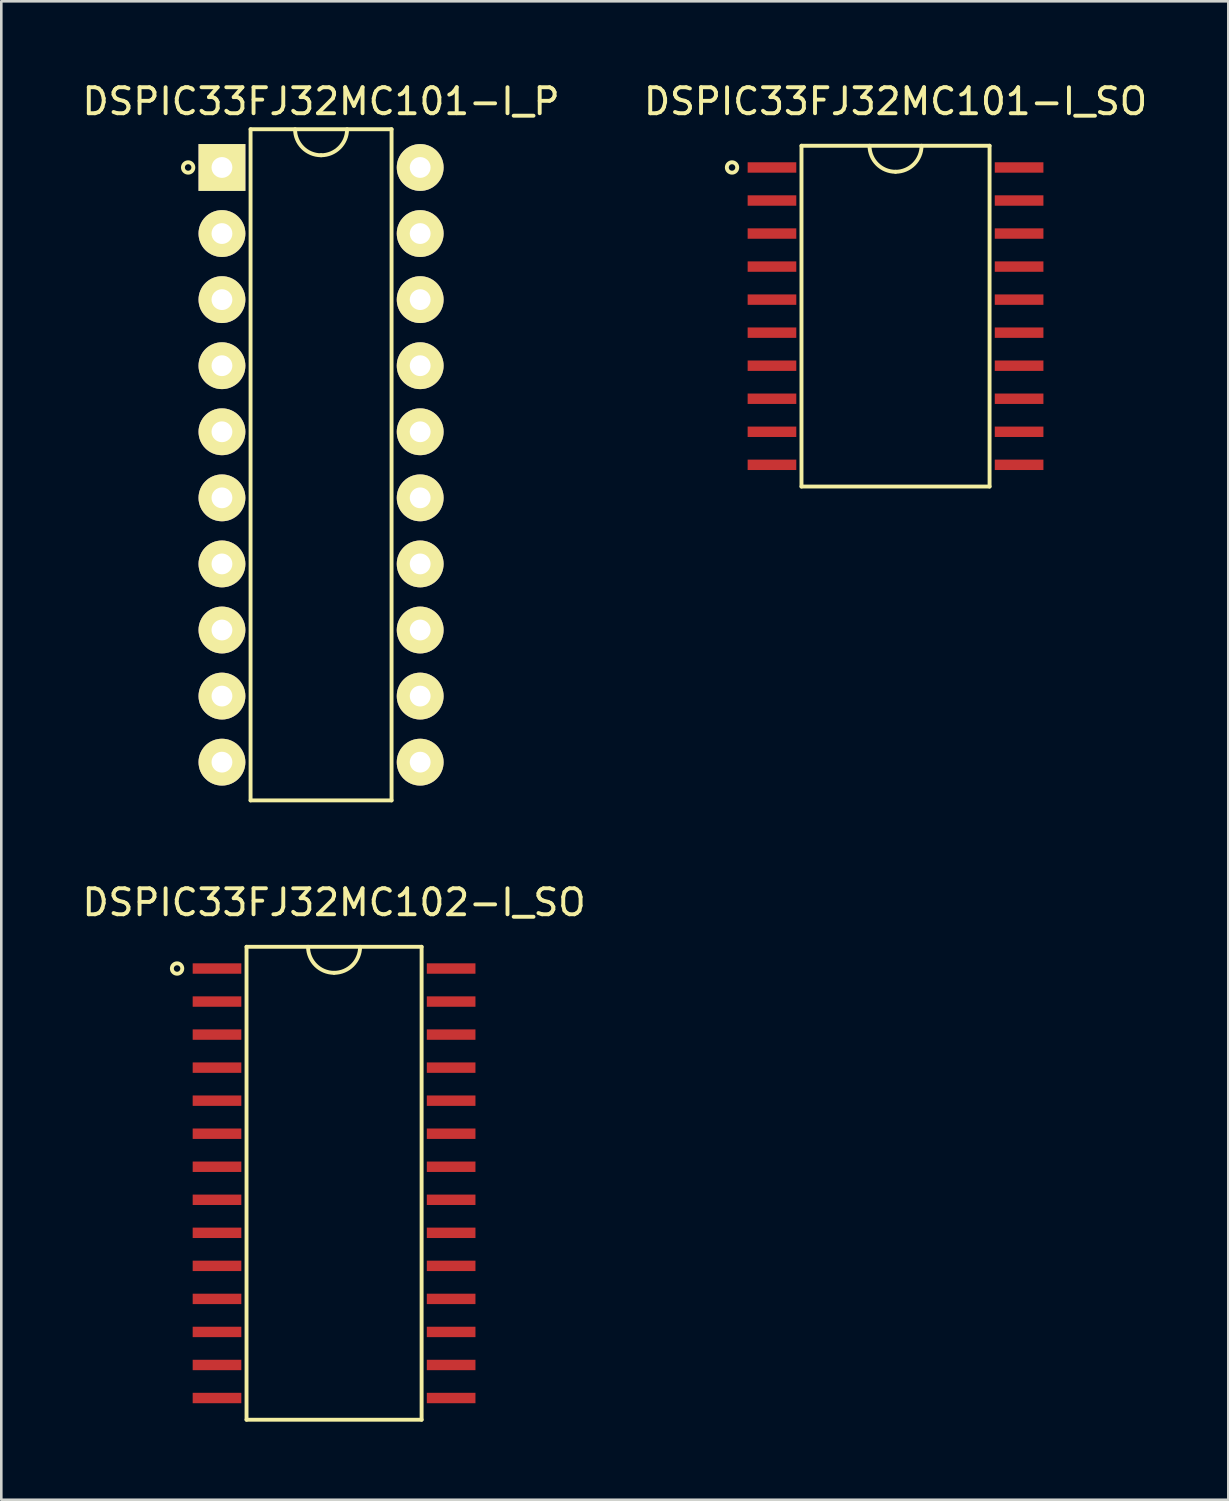
<source format=kicad_pcb>
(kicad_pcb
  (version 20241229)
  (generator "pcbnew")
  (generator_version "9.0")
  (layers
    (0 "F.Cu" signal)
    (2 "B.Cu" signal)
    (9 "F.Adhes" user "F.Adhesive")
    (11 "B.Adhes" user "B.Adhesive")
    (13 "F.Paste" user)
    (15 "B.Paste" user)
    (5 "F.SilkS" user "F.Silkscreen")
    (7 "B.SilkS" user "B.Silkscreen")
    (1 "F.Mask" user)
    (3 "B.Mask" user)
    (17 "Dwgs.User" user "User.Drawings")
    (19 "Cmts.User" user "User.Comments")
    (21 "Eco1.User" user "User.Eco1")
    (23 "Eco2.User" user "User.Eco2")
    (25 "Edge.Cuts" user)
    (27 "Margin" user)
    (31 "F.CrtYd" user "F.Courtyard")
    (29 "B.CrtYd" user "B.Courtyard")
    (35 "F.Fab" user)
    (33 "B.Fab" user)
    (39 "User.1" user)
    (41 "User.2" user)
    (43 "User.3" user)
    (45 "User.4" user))
  (footprint "DSPIC33FJ32MC102-I_SO"
    (layer "F.Cu")
    (at 5.292 34.181)
    (property "Reference" "DSPIC33FJ32MC102-I_SO" (at 4.5 -2.54 0) (layer "F.SilkS") (effects (font (size 1 1) (thickness 0.15))))
    (attr through_hole)
    (fp_line (start 1.135 -0.835) (end 7.865 -0.835) (stroke (width 0.15) (type solid)) (layer "F.SilkS"))
    (fp_line (start 1.135 17.345) (end 1.135 -0.835) (stroke (width 0.15) (type solid)) (layer "F.SilkS"))
    (fp_line (start 7.865 -0.835) (end 7.865 17.345) (stroke (width 0.15) (type solid)) (layer "F.SilkS"))
    (fp_line (start 7.865 17.345) (end 1.135 17.345) (stroke (width 0.15) (type solid)) (layer "F.SilkS"))
    (fp_arc (start 4.5 0.165) (mid 3.792893 -0.127893) (end 3.5 -0.835) (stroke (width 0.15) (type solid)) (layer "F.SilkS"))
    (fp_arc (start 5.5 -0.835) (mid 5.207107 -0.127893) (end 4.5 0.165) (stroke (width 0.15) (type solid)) (layer "F.SilkS"))
    (fp_circle (center -1.535 0) (end -1.535 0.2) (stroke (width 0.15) (type solid)) (fill no) (layer "F.SilkS"))
    (pad "1" smd rect (at 0 0) (size 1.87 0.4) (layers "F.Cu" "F.Mask" "F.Paste"))
    (pad "2" smd rect (at 0 1.27) (size 1.87 0.4) (layers "F.Cu" "F.Mask" "F.Paste"))
    (pad "3" smd rect (at 0 2.54) (size 1.87 0.4) (layers "F.Cu" "F.Mask" "F.Paste"))
    (pad "4" smd rect (at 0 3.81) (size 1.87 0.4) (layers "F.Cu" "F.Mask" "F.Paste"))
    (pad "5" smd rect (at 0 5.08) (size 1.87 0.4) (layers "F.Cu" "F.Mask" "F.Paste"))
    (pad "6" smd rect (at 0 6.35) (size 1.87 0.4) (layers "F.Cu" "F.Mask" "F.Paste"))
    (pad "7" smd rect (at 0 7.62) (size 1.87 0.4) (layers "F.Cu" "F.Mask" "F.Paste"))
    (pad "8" smd rect (at 0 8.89) (size 1.87 0.4) (layers "F.Cu" "F.Mask" "F.Paste"))
    (pad "9" smd rect (at 0 10.16) (size 1.87 0.4) (layers "F.Cu" "F.Mask" "F.Paste"))
    (pad "10" smd rect (at 0 11.43) (size 1.87 0.4) (layers "F.Cu" "F.Mask" "F.Paste"))
    (pad "11" smd rect (at 0 12.7) (size 1.87 0.4) (layers "F.Cu" "F.Mask" "F.Paste"))
    (pad "12" smd rect (at 0 13.97) (size 1.87 0.4) (layers "F.Cu" "F.Mask" "F.Paste"))
    (pad "13" smd rect (at 0 15.24) (size 1.87 0.4) (layers "F.Cu" "F.Mask" "F.Paste"))
    (pad "14" smd rect (at 0 16.51) (size 1.87 0.4) (layers "F.Cu" "F.Mask" "F.Paste"))
    (pad "15" smd rect (at 9 16.51) (size 1.87 0.4) (layers "F.Cu" "F.Mask" "F.Paste"))
    (pad "16" smd rect (at 9 15.24) (size 1.87 0.4) (layers "F.Cu" "F.Mask" "F.Paste"))
    (pad "17" smd rect (at 9 13.97) (size 1.87 0.4) (layers "F.Cu" "F.Mask" "F.Paste"))
    (pad "18" smd rect (at 9 12.7) (size 1.87 0.4) (layers "F.Cu" "F.Mask" "F.Paste"))
    (pad "19" smd rect (at 9 11.43) (size 1.87 0.4) (layers "F.Cu" "F.Mask" "F.Paste"))
    (pad "20" smd rect (at 9 10.16) (size 1.87 0.4) (layers "F.Cu" "F.Mask" "F.Paste"))
    (pad "21" smd rect (at 9 8.89) (size 1.87 0.4) (layers "F.Cu" "F.Mask" "F.Paste"))
    (pad "22" smd rect (at 9 7.62) (size 1.87 0.4) (layers "F.Cu" "F.Mask" "F.Paste"))
    (pad "23" smd rect (at 9 6.35) (size 1.87 0.4) (layers "F.Cu" "F.Mask" "F.Paste"))
    (pad "24" smd rect (at 9 5.08) (size 1.87 0.4) (layers "F.Cu" "F.Mask" "F.Paste"))
    (pad "25" smd rect (at 9 3.81) (size 1.87 0.4) (layers "F.Cu" "F.Mask" "F.Paste"))
    (pad "26" smd rect (at 9 2.54) (size 1.87 0.4) (layers "F.Cu" "F.Mask" "F.Paste"))
    (pad "27" smd rect (at 9 1.27) (size 1.87 0.4) (layers "F.Cu" "F.Mask" "F.Paste"))
    (pad "28" smd rect (at 9 0) (size 1.87 0.4) (layers "F.Cu" "F.Mask" "F.Paste")))
  (footprint "DSPIC33FJ32MC101-I_P"
    (layer "F.Cu")
    (at 5.482 3.388)
    (property "Reference" "DSPIC33FJ32MC101-I_P" (at 3.81 -2.54 0) (layer "F.SilkS") (effects (font (size 1 1) (thickness 0.15))))
    (attr through_hole)
    (fp_line (start 1.1 -1.47) (end 6.52 -1.47) (stroke (width 0.15) (type solid)) (layer "F.SilkS"))
    (fp_line (start 1.1 24.33) (end 1.1 -1.47) (stroke (width 0.15) (type solid)) (layer "F.SilkS"))
    (fp_line (start 6.52 -1.47) (end 6.52 24.33) (stroke (width 0.15) (type solid)) (layer "F.SilkS"))
    (fp_line (start 6.52 24.33) (end 1.1 24.33) (stroke (width 0.15) (type solid)) (layer "F.SilkS"))
    (fp_arc (start 3.81 -0.47) (mid 3.102893 -0.762893) (end 2.81 -1.47) (stroke (width 0.15) (type solid)) (layer "F.SilkS"))
    (fp_arc (start 4.81 -1.47) (mid 4.517107 -0.762893) (end 3.81 -0.47) (stroke (width 0.15) (type solid)) (layer "F.SilkS"))
    (fp_circle (center -1.3 0) (end -1.3 0.2) (stroke (width 0.15) (type solid)) (fill no) (layer "F.SilkS"))
    (pad "1" thru_hole rect (at 0 0) (size 1.8 1.8) (drill 0.8) (layers "*.Cu" "*.Mask" "F.SilkS"))
    (pad "2" thru_hole circle (at 0 2.54) (size 1.8 1.8) (drill 0.8) (layers "*.Cu" "*.Mask" "F.SilkS"))
    (pad "3" thru_hole circle (at 0 5.08) (size 1.8 1.8) (drill 0.8) (layers "*.Cu" "*.Mask" "F.SilkS"))
    (pad "4" thru_hole circle (at 0 7.62) (size 1.8 1.8) (drill 0.8) (layers "*.Cu" "*.Mask" "F.SilkS"))
    (pad "5" thru_hole circle (at 0 10.16) (size 1.8 1.8) (drill 0.8) (layers "*.Cu" "*.Mask" "F.SilkS"))
    (pad "6" thru_hole circle (at 0 12.7) (size 1.8 1.8) (drill 0.8) (layers "*.Cu" "*.Mask" "F.SilkS"))
    (pad "7" thru_hole circle (at 0 15.24) (size 1.8 1.8) (drill 0.8) (layers "*.Cu" "*.Mask" "F.SilkS"))
    (pad "8" thru_hole circle (at 0 17.78) (size 1.8 1.8) (drill 0.8) (layers "*.Cu" "*.Mask" "F.SilkS"))
    (pad "9" thru_hole circle (at 0 20.32) (size 1.8 1.8) (drill 0.8) (layers "*.Cu" "*.Mask" "F.SilkS"))
    (pad "10" thru_hole circle (at 0 22.86) (size 1.8 1.8) (drill 0.8) (layers "*.Cu" "*.Mask" "F.SilkS"))
    (pad "11" thru_hole circle (at 7.62 22.86) (size 1.8 1.8) (drill 0.8) (layers "*.Cu" "*.Mask" "F.SilkS"))
    (pad "12" thru_hole circle (at 7.62 20.32) (size 1.8 1.8) (drill 0.8) (layers "*.Cu" "*.Mask" "F.SilkS"))
    (pad "13" thru_hole circle (at 7.62 17.78) (size 1.8 1.8) (drill 0.8) (layers "*.Cu" "*.Mask" "F.SilkS"))
    (pad "14" thru_hole circle (at 7.62 15.24) (size 1.8 1.8) (drill 0.8) (layers "*.Cu" "*.Mask" "F.SilkS"))
    (pad "15" thru_hole circle (at 7.62 12.7) (size 1.8 1.8) (drill 0.8) (layers "*.Cu" "*.Mask" "F.SilkS"))
    (pad "16" thru_hole circle (at 7.62 10.16) (size 1.8 1.8) (drill 0.8) (layers "*.Cu" "*.Mask" "F.SilkS"))
    (pad "17" thru_hole circle (at 7.62 7.62) (size 1.8 1.8) (drill 0.8) (layers "*.Cu" "*.Mask" "F.SilkS"))
    (pad "18" thru_hole circle (at 7.62 5.08) (size 1.8 1.8) (drill 0.8) (layers "*.Cu" "*.Mask" "F.SilkS"))
    (pad "19" thru_hole circle (at 7.62 2.54) (size 1.8 1.8) (drill 0.8) (layers "*.Cu" "*.Mask" "F.SilkS"))
    (pad "20" thru_hole circle (at 7.62 0) (size 1.8 1.8) (drill 0.8) (layers "*.Cu" "*.Mask" "F.SilkS")))
  (footprint "DSPIC33FJ32MC101-I_SO"
    (layer "F.Cu")
    (at 26.625 3.388)
    (property "Reference" "DSPIC33FJ32MC101-I_SO" (at 4.75 -2.54 0) (layer "F.SilkS") (effects (font (size 1 1) (thickness 0.15))))
    (attr through_hole)
    (fp_line (start 1.135 -0.835) (end 8.365 -0.835) (stroke (width 0.15) (type solid)) (layer "F.SilkS"))
    (fp_line (start 1.135 12.265) (end 1.135 -0.835) (stroke (width 0.15) (type solid)) (layer "F.SilkS"))
    (fp_line (start 8.365 -0.835) (end 8.365 12.265) (stroke (width 0.15) (type solid)) (layer "F.SilkS"))
    (fp_line (start 8.365 12.265) (end 1.135 12.265) (stroke (width 0.15) (type solid)) (layer "F.SilkS"))
    (fp_arc (start 4.75 0.165) (mid 4.042893 -0.127893) (end 3.75 -0.835) (stroke (width 0.15) (type solid)) (layer "F.SilkS"))
    (fp_arc (start 5.75 -0.835) (mid 5.457107 -0.127893) (end 4.75 0.165) (stroke (width 0.15) (type solid)) (layer "F.SilkS"))
    (fp_circle (center -1.535 0) (end -1.535 0.2) (stroke (width 0.15) (type solid)) (fill no) (layer "F.SilkS"))
    (pad "1" smd rect (at 0 0) (size 1.87 0.4) (layers "F.Cu" "F.Mask" "F.Paste"))
    (pad "2" smd rect (at 0 1.27) (size 1.87 0.4) (layers "F.Cu" "F.Mask" "F.Paste"))
    (pad "3" smd rect (at 0 2.54) (size 1.87 0.4) (layers "F.Cu" "F.Mask" "F.Paste"))
    (pad "4" smd rect (at 0 3.81) (size 1.87 0.4) (layers "F.Cu" "F.Mask" "F.Paste"))
    (pad "5" smd rect (at 0 5.08) (size 1.87 0.4) (layers "F.Cu" "F.Mask" "F.Paste"))
    (pad "6" smd rect (at 0 6.35) (size 1.87 0.4) (layers "F.Cu" "F.Mask" "F.Paste"))
    (pad "7" smd rect (at 0 7.62) (size 1.87 0.4) (layers "F.Cu" "F.Mask" "F.Paste"))
    (pad "8" smd rect (at 0 8.89) (size 1.87 0.4) (layers "F.Cu" "F.Mask" "F.Paste"))
    (pad "9" smd rect (at 0 10.16) (size 1.87 0.4) (layers "F.Cu" "F.Mask" "F.Paste"))
    (pad "10" smd rect (at 0 11.43) (size 1.87 0.4) (layers "F.Cu" "F.Mask" "F.Paste"))
    (pad "11" smd rect (at 9.5 11.43) (size 1.87 0.4) (layers "F.Cu" "F.Mask" "F.Paste"))
    (pad "12" smd rect (at 9.5 10.16) (size 1.87 0.4) (layers "F.Cu" "F.Mask" "F.Paste"))
    (pad "13" smd rect (at 9.5 8.89) (size 1.87 0.4) (layers "F.Cu" "F.Mask" "F.Paste"))
    (pad "14" smd rect (at 9.5 7.62) (size 1.87 0.4) (layers "F.Cu" "F.Mask" "F.Paste"))
    (pad "15" smd rect (at 9.5 6.35) (size 1.87 0.4) (layers "F.Cu" "F.Mask" "F.Paste"))
    (pad "16" smd rect (at 9.5 5.08) (size 1.87 0.4) (layers "F.Cu" "F.Mask" "F.Paste"))
    (pad "17" smd rect (at 9.5 3.81) (size 1.87 0.4) (layers "F.Cu" "F.Mask" "F.Paste"))
    (pad "18" smd rect (at 9.5 2.54) (size 1.87 0.4) (layers "F.Cu" "F.Mask" "F.Paste"))
    (pad "19" smd rect (at 9.5 1.27) (size 1.87 0.4) (layers "F.Cu" "F.Mask" "F.Paste"))
    (pad "20" smd rect (at 9.5 0) (size 1.87 0.4) (layers "F.Cu" "F.Mask" "F.Paste")))
  (gr_rect
    (start -3 -3)
    (end 44.167 54.602)
    (stroke (width 0.1) (type default))
    (fill no)
    (layer "Edge.Cuts")))
</source>
